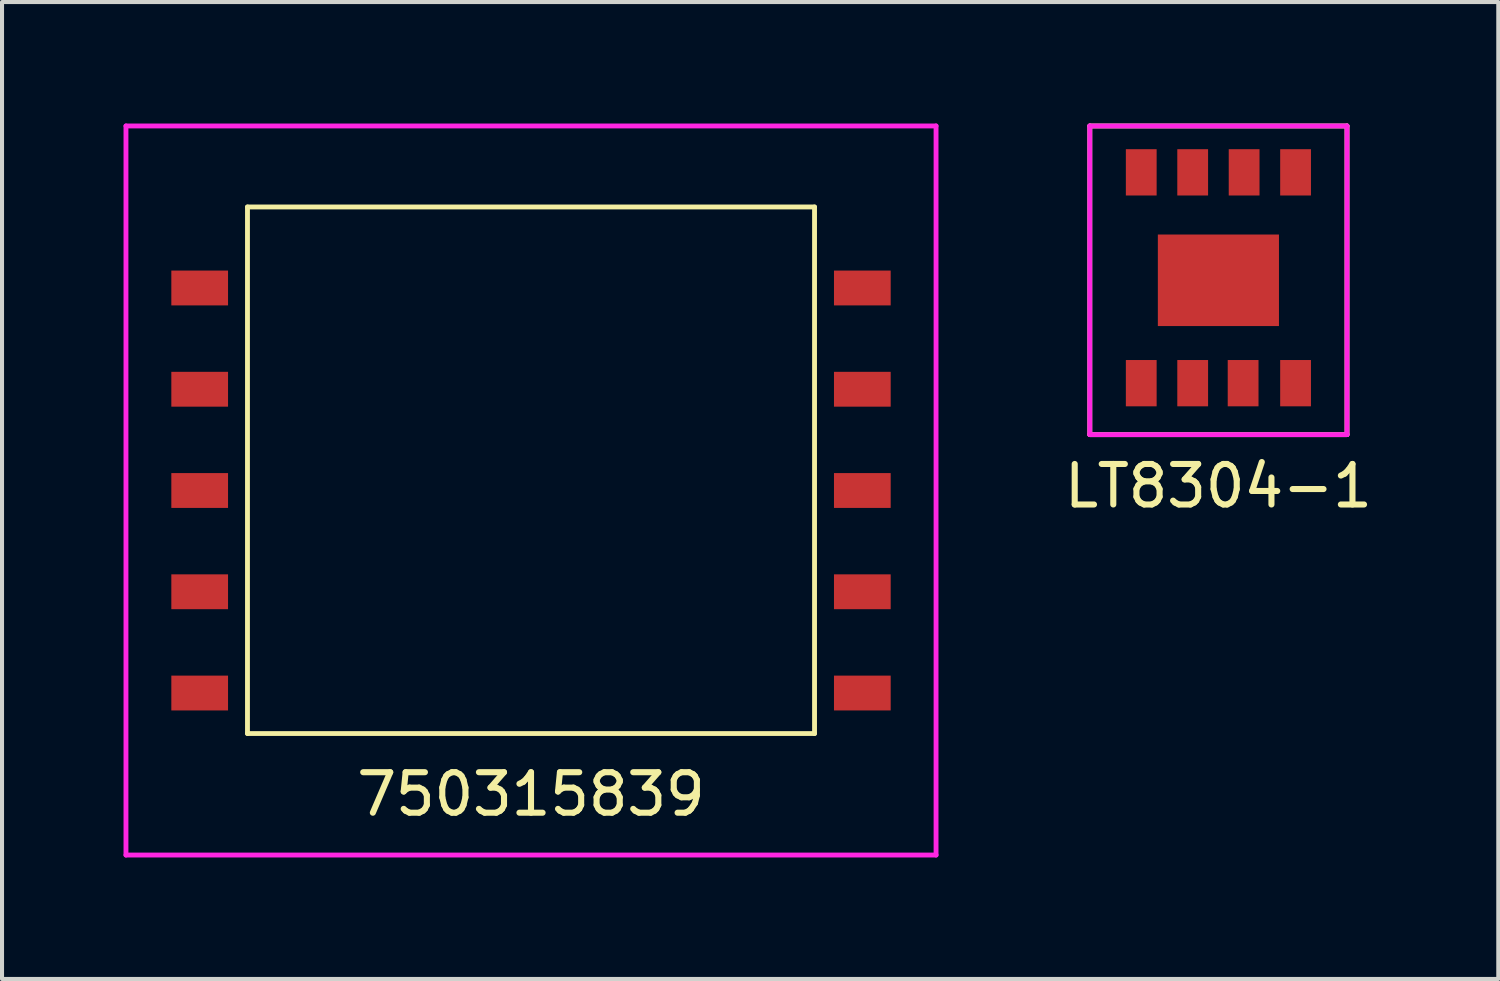
<source format=kicad_pcb>
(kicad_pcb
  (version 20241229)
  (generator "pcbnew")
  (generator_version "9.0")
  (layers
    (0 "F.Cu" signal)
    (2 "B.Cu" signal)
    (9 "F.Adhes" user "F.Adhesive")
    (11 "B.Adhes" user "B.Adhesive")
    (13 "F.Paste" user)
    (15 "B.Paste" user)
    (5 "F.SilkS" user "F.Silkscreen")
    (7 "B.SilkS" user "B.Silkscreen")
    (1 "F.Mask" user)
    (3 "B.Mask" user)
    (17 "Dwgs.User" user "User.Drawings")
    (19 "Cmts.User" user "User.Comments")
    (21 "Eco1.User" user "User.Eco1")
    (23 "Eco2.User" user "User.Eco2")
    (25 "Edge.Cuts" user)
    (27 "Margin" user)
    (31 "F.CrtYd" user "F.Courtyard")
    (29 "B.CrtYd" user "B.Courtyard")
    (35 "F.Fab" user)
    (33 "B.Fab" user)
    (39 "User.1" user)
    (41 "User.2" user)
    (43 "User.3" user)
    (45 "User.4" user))
  (footprint "LT8304-1"
    (layer "F.Cu")
    (at 27.031 3.87)
    (property "Reference" "LT8304-1" (at 0 5.08 0) (layer "F.SilkS") (effects (font (size 1 1) (thickness 0.15))))
    (attr through_hole)
    (fp_line (start -3.175 -3.81) (end 3.175 -3.81) (stroke (width 0.12) (type solid)) (layer "F.SilkS"))
    (fp_line (start -3.175 3.81) (end -3.175 -3.81) (stroke (width 0.12) (type solid)) (layer "F.SilkS"))
    (fp_line (start 3.175 -3.81) (end 3.175 3.81) (stroke (width 0.12) (type solid)) (layer "F.SilkS"))
    (fp_line (start 3.175 3.81) (end -3.175 3.81) (stroke (width 0.12) (type solid)) (layer "F.SilkS"))
    (fp_line (start -3.175 -3.81) (end 3.175 -3.81) (stroke (width 0.12) (type solid)) (layer "F.CrtYd"))
    (fp_line (start -3.175 3.81) (end -3.175 -3.81) (stroke (width 0.12) (type solid)) (layer "F.CrtYd"))
    (fp_line (start 3.175 -3.81) (end 3.175 3.81) (stroke (width 0.12) (type solid)) (layer "F.CrtYd"))
    (fp_line (start 3.175 3.81) (end -3.175 3.81) (stroke (width 0.12) (type solid)) (layer "F.CrtYd"))
    (pad "1" smd rect (at -1.905 2.54 180) (size 0.76 1.143) (layers "F.Cu" "F.Mask" "F.Paste"))
    (pad "2" smd rect (at -0.635 2.54 180) (size 0.76 1.143) (layers "F.Cu" "F.Mask" "F.Paste"))
    (pad "3" smd rect (at 0.61 2.54 180) (size 0.76 1.143) (layers "F.Cu" "F.Mask" "F.Paste"))
    (pad "4" smd rect (at 1.905 2.54 180) (size 0.76 1.143) (layers "F.Cu" "F.Mask" "F.Paste"))
    (pad "5" smd rect (at 1.905 -2.665 180) (size 0.76 1.143) (layers "F.Cu" "F.Mask" "F.Paste"))
    (pad "6" smd rect (at 0.635 -2.665 180) (size 0.76 1.143) (layers "F.Cu" "F.Mask" "F.Paste"))
    (pad "7" smd rect (at -0.635 -2.665 180) (size 0.76 1.143) (layers "F.Cu" "F.Mask" "F.Paste"))
    (pad "8" smd rect (at -1.905 -2.665 180) (size 0.76 1.143) (layers "F.Cu" "F.Mask" "F.Paste"))
    (pad "9" smd rect (at 0 0) (size 2.99 2.26) (layers "F.Cu" "F.Mask" "F.Paste")))
  (footprint "750315839"
    (layer "F.Cu")
    (at 10.06 14.06)
    (property "Reference" "750315839" (at 0 2.5 0) (layer "F.SilkS") (effects (font (size 1 1) (thickness 0.15))))
    (attr through_hole)
    (fp_line (start -7 -12) (end 7 -12) (stroke (width 0.12) (type solid)) (layer "F.SilkS"))
    (fp_line (start -7 1) (end -7 -12) (stroke (width 0.12) (type solid)) (layer "F.SilkS"))
    (fp_line (start 7 -12) (end 7 1) (stroke (width 0.12) (type solid)) (layer "F.SilkS"))
    (fp_line (start 7 1) (end -7 1) (stroke (width 0.12) (type solid)) (layer "F.SilkS"))
    (fp_line (start -10 -14) (end 10 -14) (stroke (width 0.12) (type solid)) (layer "F.CrtYd"))
    (fp_line (start -10 4) (end -10 -14) (stroke (width 0.12) (type solid)) (layer "F.CrtYd"))
    (fp_line (start 10 -14) (end 10 4) (stroke (width 0.12) (type solid)) (layer "F.CrtYd"))
    (fp_line (start 10 4) (end -10 4) (stroke (width 0.12) (type solid)) (layer "F.CrtYd"))
    (pad "1" smd rect (at -8.18 0) (size 1.4 0.86) (layers "F.Cu" "F.Mask" "F.Paste"))
    (pad "2" smd rect (at -8.18 -2.5) (size 1.4 0.86) (layers "F.Cu" "F.Mask" "F.Paste"))
    (pad "3" smd rect (at -8.18 -5) (size 1.4 0.86) (layers "F.Cu" "F.Mask" "F.Paste"))
    (pad "4" smd rect (at -8.18 -7.5) (size 1.4 0.86) (layers "F.Cu" "F.Mask" "F.Paste"))
    (pad "5" smd rect (at -8.18 -10) (size 1.4 0.86) (layers "F.Cu" "F.Mask" "F.Paste"))
    (pad "6" smd rect (at 8.18 -10) (size 1.4 0.86) (layers "F.Cu" "F.Mask" "F.Paste"))
    (pad "7" smd rect (at 8.18 -7.5) (size 1.4 0.86) (layers "F.Cu" "F.Mask" "F.Paste"))
    (pad "8" smd rect (at 8.18 -5) (size 1.4 0.86) (layers "F.Cu" "F.Mask" "F.Paste"))
    (pad "9" smd rect (at 8.18 -2.5) (size 1.4 0.86) (layers "F.Cu" "F.Mask" "F.Paste"))
    (pad "10" smd rect (at 8.18 0) (size 1.4 0.86) (layers "F.Cu" "F.Mask" "F.Paste")))
  (gr_rect
    (start -3 -3)
    (end 33.941 21.12)
    (stroke (width 0.1) (type default))
    (fill no)
    (layer "Edge.Cuts")))
</source>
